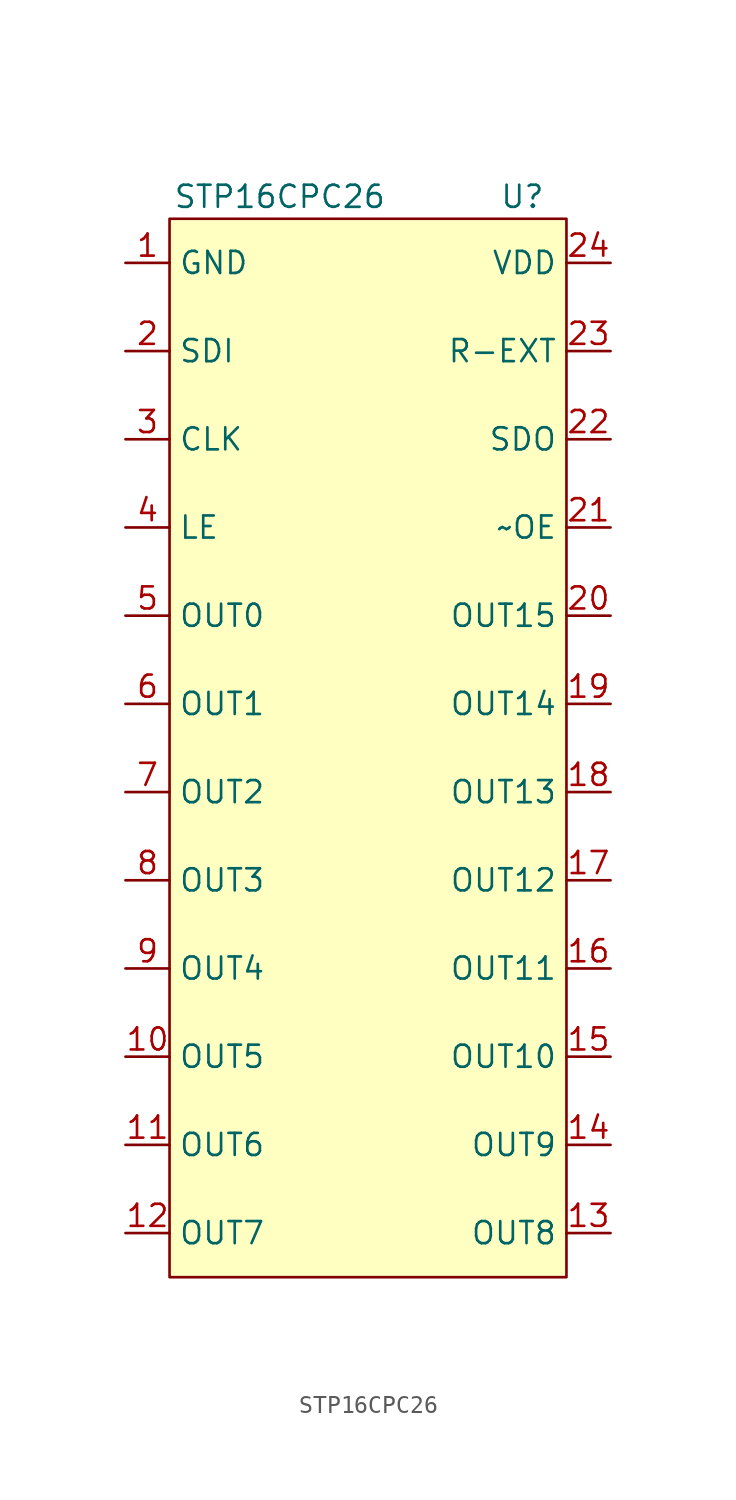
<source format=kicad_sym>
(kicad_symbol_lib
  (version 20210619)
  (generator kicad_symbol_editor)
  (symbol "STP16CPC26_LED_array_v1:STP16CPC26"
    (property "Reference" "U"
      (at 8.89 31.75 0)
      (effects (font (size 1.27 1.27))))
    (property "Value" "STP16CPC26"
      (at -5.08 31.75 0)
      (effects (font (size 1.27 1.27))))
    (symbol "STP16CPC26_0_1"
      (rectangle (start -11.43 30.48) (end 11.43 -30.48) (stroke (width 0.152)) (fill (type background))))
    (symbol "STP16CPC26_1_1"
      (pin power_in line (at -13.97 27.94 0) (length 2.54) (name "GND" (effects (font (size 1.27 1.27)))) (number "1" (effects (font (size 1.27 1.27)))))
      (pin output line (at -13.97 -17.78 0) (length 2.54) (name "OUT5" (effects (font (size 1.27 1.27)))) (number "10" (effects (font (size 1.27 1.27)))))
      (pin output line (at -13.97 -22.86 0) (length 2.54) (name "OUT6" (effects (font (size 1.27 1.27)))) (number "11" (effects (font (size 1.27 1.27)))))
      (pin output line (at -13.97 -27.94 0) (length 2.54) (name "OUT7" (effects (font (size 1.27 1.27)))) (number "12" (effects (font (size 1.27 1.27)))))
      (pin output line (at 13.97 -27.94 180) (length 2.54) (name "OUT8" (effects (font (size 1.27 1.27)))) (number "13" (effects (font (size 1.27 1.27)))))
      (pin output line (at 13.97 -22.86 180) (length 2.54) (name "OUT9" (effects (font (size 1.27 1.27)))) (number "14" (effects (font (size 1.27 1.27)))))
      (pin output line (at 13.97 -17.78 180) (length 2.54) (name "OUT10" (effects (font (size 1.27 1.27)))) (number "15" (effects (font (size 1.27 1.27)))))
      (pin output line (at 13.97 -12.7 180) (length 2.54) (name "OUT11" (effects (font (size 1.27 1.27)))) (number "16" (effects (font (size 1.27 1.27)))))
      (pin output line (at 13.97 -7.62 180) (length 2.54) (name "OUT12" (effects (font (size 1.27 1.27)))) (number "17" (effects (font (size 1.27 1.27)))))
      (pin output line (at 13.97 -2.54 180) (length 2.54) (name "OUT13" (effects (font (size 1.27 1.27)))) (number "18" (effects (font (size 1.27 1.27)))))
      (pin output line (at 13.97 2.54 180) (length 2.54) (name "OUT14" (effects (font (size 1.27 1.27)))) (number "19" (effects (font (size 1.27 1.27)))))
      (pin input line (at -13.97 22.86 0) (length 2.54) (name "SDI" (effects (font (size 1.27 1.27)))) (number "2" (effects (font (size 1.27 1.27)))))
      (pin output line (at 13.97 7.62 180) (length 2.54) (name "OUT15" (effects (font (size 1.27 1.27)))) (number "20" (effects (font (size 1.27 1.27)))))
      (pin input line (at 13.97 12.7 180) (length 2.54) (name "~OE" (effects (font (size 1.27 1.27)))) (number "21" (effects (font (size 1.27 1.27)))))
      (pin output line (at 13.97 17.78 180) (length 2.54) (name "SDO" (effects (font (size 1.27 1.27)))) (number "22" (effects (font (size 1.27 1.27)))))
      (pin input line (at 13.97 22.86 180) (length 2.54) (name "R-EXT" (effects (font (size 1.27 1.27)))) (number "23" (effects (font (size 1.27 1.27)))))
      (pin power_in line (at 13.97 27.94 180) (length 2.54) (name "VDD" (effects (font (size 1.27 1.27)))) (number "24" (effects (font (size 1.27 1.27)))))
      (pin input line (at -13.97 17.78 0) (length 2.54) (name "CLK" (effects (font (size 1.27 1.27)))) (number "3" (effects (font (size 1.27 1.27)))))
      (pin input line (at -13.97 12.7 0) (length 2.54) (name "LE" (effects (font (size 1.27 1.27)))) (number "4" (effects (font (size 1.27 1.27)))))
      (pin output line (at -13.97 7.62 0) (length 2.54) (name "OUT0" (effects (font (size 1.27 1.27)))) (number "5" (effects (font (size 1.27 1.27)))))
      (pin output line (at -13.97 2.54 0) (length 2.54) (name "OUT1" (effects (font (size 1.27 1.27)))) (number "6" (effects (font (size 1.27 1.27)))))
      (pin output line (at -13.97 -2.54 0) (length 2.54) (name "OUT2" (effects (font (size 1.27 1.27)))) (number "7" (effects (font (size 1.27 1.27)))))
      (pin output line (at -13.97 -7.62 0) (length 2.54) (name "OUT3" (effects (font (size 1.27 1.27)))) (number "8" (effects (font (size 1.27 1.27)))))
      (pin output line (at -13.97 -12.7 0) (length 2.54) (name "OUT4" (effects (font (size 1.27 1.27)))) (number "9" (effects (font (size 1.27 1.27))))))))
</source>
